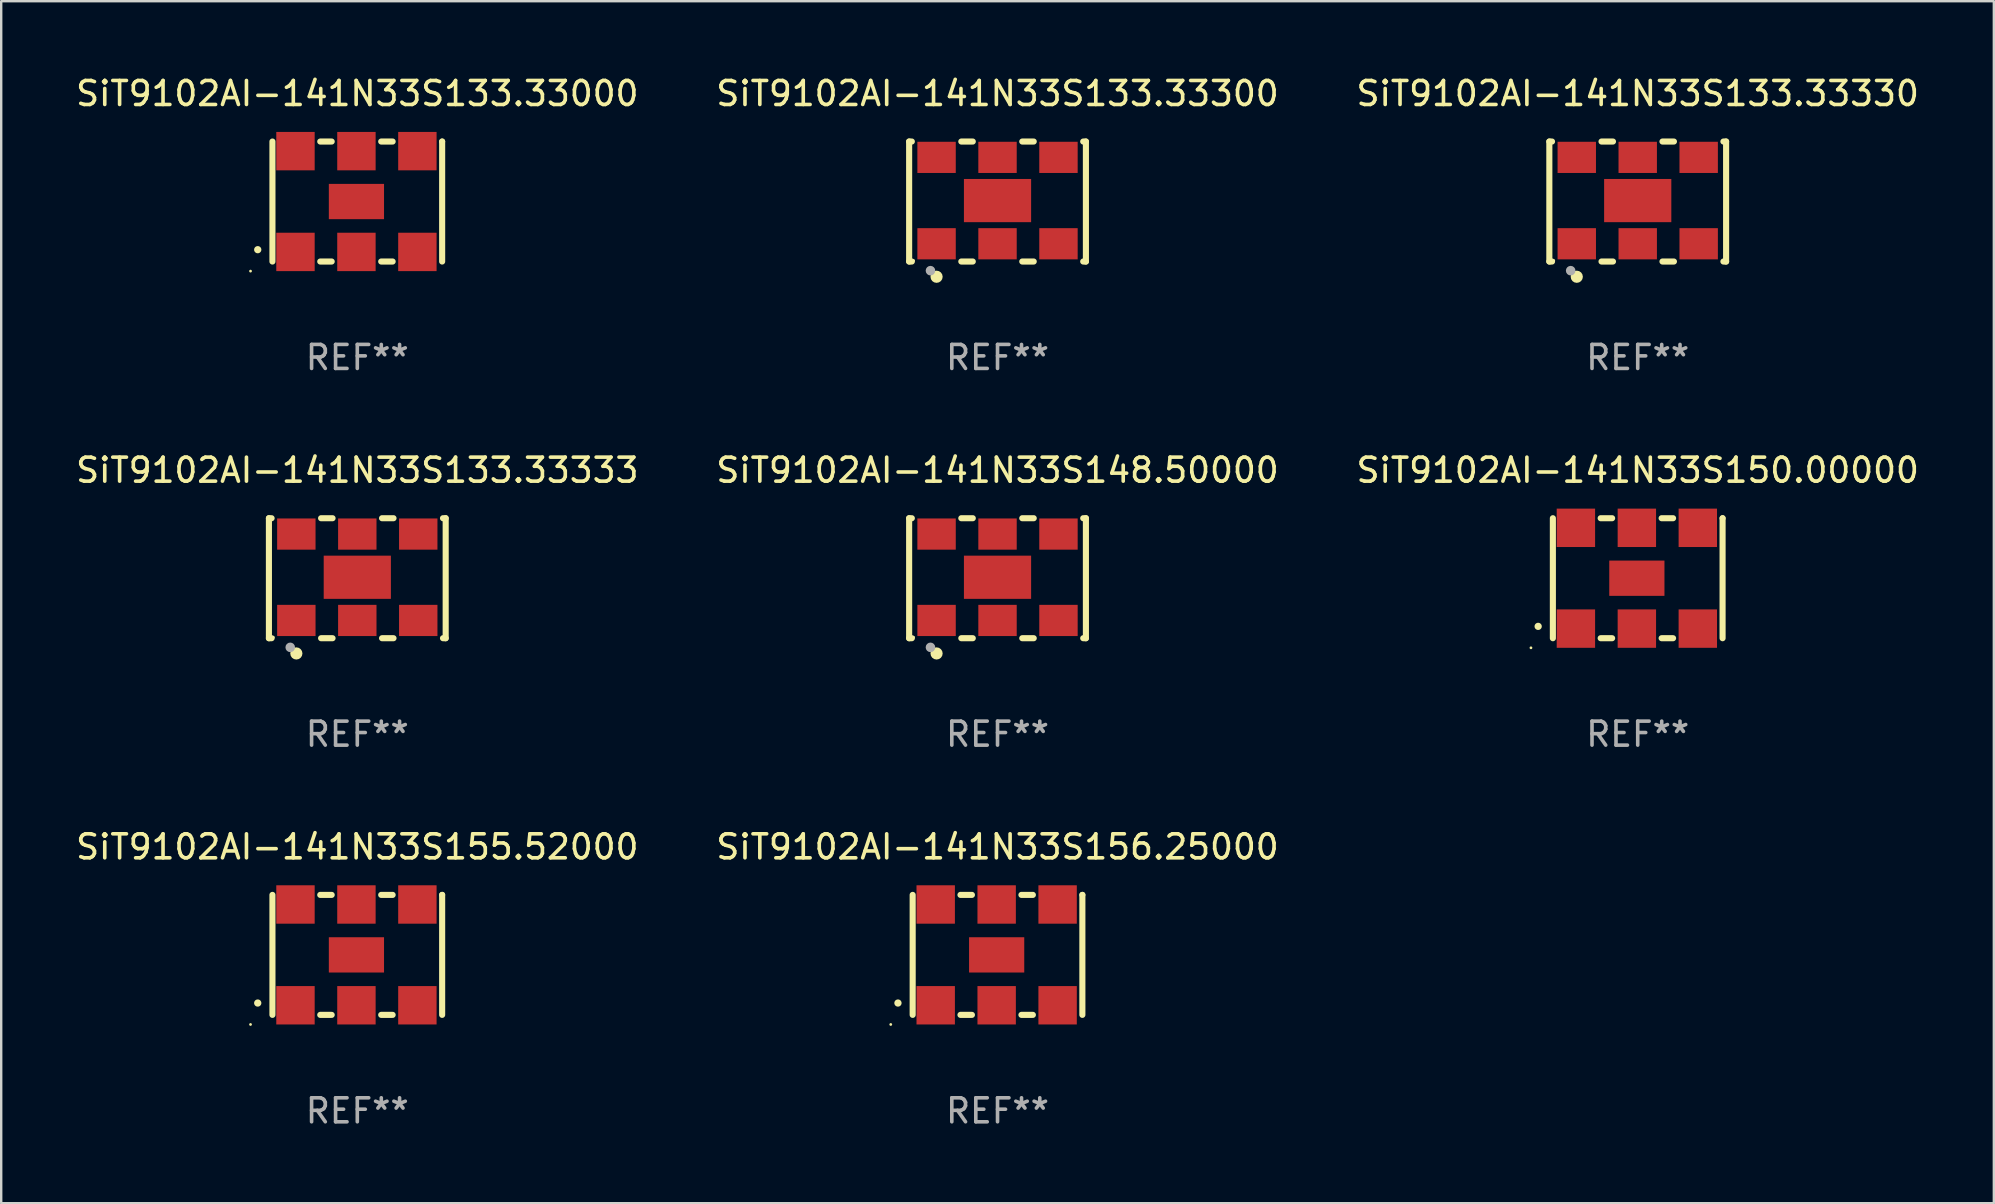
<source format=kicad_pcb>
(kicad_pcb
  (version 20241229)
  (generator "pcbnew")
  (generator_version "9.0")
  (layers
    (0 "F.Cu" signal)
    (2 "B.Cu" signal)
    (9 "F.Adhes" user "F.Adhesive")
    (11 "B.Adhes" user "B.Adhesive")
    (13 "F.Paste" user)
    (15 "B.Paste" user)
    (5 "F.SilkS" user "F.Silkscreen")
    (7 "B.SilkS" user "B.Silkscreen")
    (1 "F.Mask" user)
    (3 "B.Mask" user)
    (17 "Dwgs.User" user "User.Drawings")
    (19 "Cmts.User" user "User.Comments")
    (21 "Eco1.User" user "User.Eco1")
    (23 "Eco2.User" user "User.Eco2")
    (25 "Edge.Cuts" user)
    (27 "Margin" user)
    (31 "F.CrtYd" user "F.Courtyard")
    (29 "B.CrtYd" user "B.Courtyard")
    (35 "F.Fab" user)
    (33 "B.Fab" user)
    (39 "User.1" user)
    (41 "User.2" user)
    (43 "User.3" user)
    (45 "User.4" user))
  (footprint "SiT9102AI-141N33S133.33330"
    (layer "F.Cu")
    (at 65.196 5.348)
    (property "Reference" "SiT9102AI-141N33S133.33330" (at 0 -4.5 0) (layer "F.SilkS") (effects (font (size 1 1) (thickness 0.15))))
    (attr through_hole)
    (fp_line (start -3.683 -2.5) (end -3.571 -2.5) (stroke (width 0.254) (type solid)) (layer "F.SilkS"))
    (fp_line (start -3.683 2.5) (end -3.683 -2.5) (stroke (width 0.254) (type solid)) (layer "F.SilkS"))
    (fp_line (start -3.683 2.5) (end -3.571 2.5) (stroke (width 0.254) (type solid)) (layer "F.SilkS"))
    (fp_line (start -1.509 -2.5) (end -1.031 -2.5) (stroke (width 0.254) (type solid)) (layer "F.SilkS"))
    (fp_line (start -1.509 2.5) (end -1.031 2.5) (stroke (width 0.254) (type solid)) (layer "F.SilkS"))
    (fp_line (start 1.031 -2.5) (end 1.509 -2.5) (stroke (width 0.254) (type solid)) (layer "F.SilkS"))
    (fp_line (start 1.031 2.5) (end 1.509 2.5) (stroke (width 0.254) (type solid)) (layer "F.SilkS"))
    (fp_line (start 3.571 -2.5) (end 3.683 -2.5) (stroke (width 0.254) (type solid)) (layer "F.SilkS"))
    (fp_line (start 3.571 2.5) (end 3.683 2.5) (stroke (width 0.254) (type solid)) (layer "F.SilkS"))
    (fp_line (start 3.683 2.5) (end 3.683 -2.5) (stroke (width 0.254) (type solid)) (layer "F.SilkS"))
    (fp_circle (center -3.5 2.46) (end -3.47 2.46) (stroke (width 0.06) (type solid)) (fill no) (layer "F.SilkS"))
    (fp_circle (center -2.54 3.135) (end -2.413 3.135) (stroke (width 0.254) (type solid)) (fill no) (layer "F.SilkS"))
    (fp_circle (center -2.794 2.881) (end -2.694 2.881) (stroke (width 0.2) (type solid)) (fill no) (layer "F.Fab"))
    (fp_text user "REF**" (at 0 6.5 0) (layer "F.Fab") (effects (font (size 1 1) (thickness 0.15))))
    (pad "1" smd rect (at -2.54 1.76) (size 1.6 1.3) (layers "F.Cu" "F.Mask" "F.Paste"))
    (pad "2" smd rect (at 0 1.76) (size 1.6 1.3) (layers "F.Cu" "F.Mask" "F.Paste"))
    (pad "3" smd rect (at 2.54 1.76) (size 1.6 1.3) (layers "F.Cu" "F.Mask" "F.Paste"))
    (pad "4" smd rect (at 2.54 -1.84) (size 1.6 1.3) (layers "F.Cu" "F.Mask" "F.Paste"))
    (pad "5" smd rect (at 0 -1.84) (size 1.6 1.3) (layers "F.Cu" "F.Mask" "F.Paste"))
    (pad "6" smd rect (at -2.54 -1.84) (size 1.6 1.3) (layers "F.Cu" "F.Mask" "F.Paste"))
    (pad "7" smd rect (at 0 -0.04) (size 2.8 1.8) (layers "F.Cu" "F.Mask" "F.Paste")))
  (footprint "SiT9102AI-141N33S155.52000"
    (layer "F.Cu")
    (at 11.839 36.741)
    (property "Reference" "SiT9102AI-141N33S155.52000" (at 0 -4.5 0) (layer "F.SilkS") (effects (font (size 1 1) (thickness 0.15))))
    (attr through_hole)
    (fp_line (start -3.536 -2.5) (end -3.536 2.5) (stroke (width 0.254) (type solid)) (layer "F.SilkS"))
    (fp_line (start -1.544 2.5) (end -1.067 2.5) (stroke (width 0.254) (type solid)) (layer "F.SilkS"))
    (fp_line (start -1.067 -2.5) (end -1.544 -2.5) (stroke (width 0.254) (type solid)) (layer "F.SilkS"))
    (fp_line (start 0.996 2.5) (end 1.473 2.5) (stroke (width 0.254) (type solid)) (layer "F.SilkS"))
    (fp_line (start 1.473 -2.5) (end 0.996 -2.5) (stroke (width 0.254) (type solid)) (layer "F.SilkS"))
    (fp_line (start 3.536 -2.5) (end 3.536 -2.5) (stroke (width 0.254) (type solid)) (layer "F.SilkS"))
    (fp_line (start 3.536 2.5) (end 3.536 -2.5) (stroke (width 0.254) (type solid)) (layer "F.SilkS"))
    (fp_arc (start -4.150432 2.006604) (mid -4.149162 2.006599) (end -4.147892 2.006604) (stroke (width 0.3) (type solid)) (layer "F.SilkS"))
    (fp_circle (center -4.449 2.9) (end -4.419 2.9) (stroke (width 0.06) (type solid)) (fill no) (layer "F.SilkS"))
    (fp_text user "REF**" (at 0 6.5 0) (layer "F.Fab") (effects (font (size 1 1) (thickness 0.15))))
    (pad "1" smd rect (at -2.576 2.1) (size 1.6 1.6) (layers "F.Cu" "F.Mask" "F.Paste"))
    (pad "2" smd rect (at -0.036 2.1) (size 1.6 1.6) (layers "F.Cu" "F.Mask" "F.Paste"))
    (pad "3" smd rect (at 2.504 2.1) (size 1.6 1.6) (layers "F.Cu" "F.Mask" "F.Paste"))
    (pad "4" smd rect (at 2.504 -2.1) (size 1.6 1.6) (layers "F.Cu" "F.Mask" "F.Paste"))
    (pad "5" smd rect (at -0.036 -2.1) (size 1.6 1.6) (layers "F.Cu" "F.Mask" "F.Paste"))
    (pad "6" smd rect (at -2.576 -2.1) (size 1.6 1.6) (layers "F.Cu" "F.Mask" "F.Paste"))
    (pad "7" smd rect (at -0.036 0) (size 2.3 1.47) (layers "F.Cu" "F.Mask" "F.Paste")))
  (footprint "SiT9102AI-141N33S148.50000"
    (layer "F.Cu")
    (at 38.518 21.045)
    (property "Reference" "SiT9102AI-141N33S148.50000" (at 0 -4.5 0) (layer "F.SilkS") (effects (font (size 1 1) (thickness 0.15))))
    (attr through_hole)
    (fp_line (start -3.683 -2.5) (end -3.571 -2.5) (stroke (width 0.254) (type solid)) (layer "F.SilkS"))
    (fp_line (start -3.683 2.5) (end -3.683 -2.5) (stroke (width 0.254) (type solid)) (layer "F.SilkS"))
    (fp_line (start -3.683 2.5) (end -3.571 2.5) (stroke (width 0.254) (type solid)) (layer "F.SilkS"))
    (fp_line (start -1.509 -2.5) (end -1.031 -2.5) (stroke (width 0.254) (type solid)) (layer "F.SilkS"))
    (fp_line (start -1.509 2.5) (end -1.031 2.5) (stroke (width 0.254) (type solid)) (layer "F.SilkS"))
    (fp_line (start 1.031 -2.5) (end 1.509 -2.5) (stroke (width 0.254) (type solid)) (layer "F.SilkS"))
    (fp_line (start 1.031 2.5) (end 1.509 2.5) (stroke (width 0.254) (type solid)) (layer "F.SilkS"))
    (fp_line (start 3.571 -2.5) (end 3.683 -2.5) (stroke (width 0.254) (type solid)) (layer "F.SilkS"))
    (fp_line (start 3.571 2.5) (end 3.683 2.5) (stroke (width 0.254) (type solid)) (layer "F.SilkS"))
    (fp_line (start 3.683 2.5) (end 3.683 -2.5) (stroke (width 0.254) (type solid)) (layer "F.SilkS"))
    (fp_circle (center -3.5 2.46) (end -3.47 2.46) (stroke (width 0.06) (type solid)) (fill no) (layer "F.SilkS"))
    (fp_circle (center -2.54 3.135) (end -2.413 3.135) (stroke (width 0.254) (type solid)) (fill no) (layer "F.SilkS"))
    (fp_circle (center -2.794 2.881) (end -2.694 2.881) (stroke (width 0.2) (type solid)) (fill no) (layer "F.Fab"))
    (fp_text user "REF**" (at 0 6.5 0) (layer "F.Fab") (effects (font (size 1 1) (thickness 0.15))))
    (pad "1" smd rect (at -2.54 1.76) (size 1.6 1.3) (layers "F.Cu" "F.Mask" "F.Paste"))
    (pad "2" smd rect (at 0 1.76) (size 1.6 1.3) (layers "F.Cu" "F.Mask" "F.Paste"))
    (pad "3" smd rect (at 2.54 1.76) (size 1.6 1.3) (layers "F.Cu" "F.Mask" "F.Paste"))
    (pad "4" smd rect (at 2.54 -1.84) (size 1.6 1.3) (layers "F.Cu" "F.Mask" "F.Paste"))
    (pad "5" smd rect (at 0 -1.84) (size 1.6 1.3) (layers "F.Cu" "F.Mask" "F.Paste"))
    (pad "6" smd rect (at -2.54 -1.84) (size 1.6 1.3) (layers "F.Cu" "F.Mask" "F.Paste"))
    (pad "7" smd rect (at 0 -0.04) (size 2.8 1.8) (layers "F.Cu" "F.Mask" "F.Paste")))
  (footprint "SiT9102AI-141N33S133.33300"
    (layer "F.Cu")
    (at 38.518 5.348)
    (property "Reference" "SiT9102AI-141N33S133.33300" (at 0 -4.5 0) (layer "F.SilkS") (effects (font (size 1 1) (thickness 0.15))))
    (attr through_hole)
    (fp_line (start -3.683 -2.5) (end -3.571 -2.5) (stroke (width 0.254) (type solid)) (layer "F.SilkS"))
    (fp_line (start -3.683 2.5) (end -3.683 -2.5) (stroke (width 0.254) (type solid)) (layer "F.SilkS"))
    (fp_line (start -3.683 2.5) (end -3.571 2.5) (stroke (width 0.254) (type solid)) (layer "F.SilkS"))
    (fp_line (start -1.509 -2.5) (end -1.031 -2.5) (stroke (width 0.254) (type solid)) (layer "F.SilkS"))
    (fp_line (start -1.509 2.5) (end -1.031 2.5) (stroke (width 0.254) (type solid)) (layer "F.SilkS"))
    (fp_line (start 1.031 -2.5) (end 1.509 -2.5) (stroke (width 0.254) (type solid)) (layer "F.SilkS"))
    (fp_line (start 1.031 2.5) (end 1.509 2.5) (stroke (width 0.254) (type solid)) (layer "F.SilkS"))
    (fp_line (start 3.571 -2.5) (end 3.683 -2.5) (stroke (width 0.254) (type solid)) (layer "F.SilkS"))
    (fp_line (start 3.571 2.5) (end 3.683 2.5) (stroke (width 0.254) (type solid)) (layer "F.SilkS"))
    (fp_line (start 3.683 2.5) (end 3.683 -2.5) (stroke (width 0.254) (type solid)) (layer "F.SilkS"))
    (fp_circle (center -3.5 2.46) (end -3.47 2.46) (stroke (width 0.06) (type solid)) (fill no) (layer "F.SilkS"))
    (fp_circle (center -2.54 3.135) (end -2.413 3.135) (stroke (width 0.254) (type solid)) (fill no) (layer "F.SilkS"))
    (fp_circle (center -2.794 2.881) (end -2.694 2.881) (stroke (width 0.2) (type solid)) (fill no) (layer "F.Fab"))
    (fp_text user "REF**" (at 0 6.5 0) (layer "F.Fab") (effects (font (size 1 1) (thickness 0.15))))
    (pad "1" smd rect (at -2.54 1.76) (size 1.6 1.3) (layers "F.Cu" "F.Mask" "F.Paste"))
    (pad "2" smd rect (at 0 1.76) (size 1.6 1.3) (layers "F.Cu" "F.Mask" "F.Paste"))
    (pad "3" smd rect (at 2.54 1.76) (size 1.6 1.3) (layers "F.Cu" "F.Mask" "F.Paste"))
    (pad "4" smd rect (at 2.54 -1.84) (size 1.6 1.3) (layers "F.Cu" "F.Mask" "F.Paste"))
    (pad "5" smd rect (at 0 -1.84) (size 1.6 1.3) (layers "F.Cu" "F.Mask" "F.Paste"))
    (pad "6" smd rect (at -2.54 -1.84) (size 1.6 1.3) (layers "F.Cu" "F.Mask" "F.Paste"))
    (pad "7" smd rect (at 0 -0.04) (size 2.8 1.8) (layers "F.Cu" "F.Mask" "F.Paste")))
  (footprint "SiT9102AI-141N33S156.25000"
    (layer "F.Cu")
    (at 38.518 36.741)
    (property "Reference" "SiT9102AI-141N33S156.25000" (at 0 -4.5 0) (layer "F.SilkS") (effects (font (size 1 1) (thickness 0.15))))
    (attr through_hole)
    (fp_line (start -3.536 -2.5) (end -3.536 2.5) (stroke (width 0.254) (type solid)) (layer "F.SilkS"))
    (fp_line (start -1.544 2.5) (end -1.067 2.5) (stroke (width 0.254) (type solid)) (layer "F.SilkS"))
    (fp_line (start -1.067 -2.5) (end -1.544 -2.5) (stroke (width 0.254) (type solid)) (layer "F.SilkS"))
    (fp_line (start 0.996 2.5) (end 1.473 2.5) (stroke (width 0.254) (type solid)) (layer "F.SilkS"))
    (fp_line (start 1.473 -2.5) (end 0.996 -2.5) (stroke (width 0.254) (type solid)) (layer "F.SilkS"))
    (fp_line (start 3.536 -2.5) (end 3.536 -2.5) (stroke (width 0.254) (type solid)) (layer "F.SilkS"))
    (fp_line (start 3.536 2.5) (end 3.536 -2.5) (stroke (width 0.254) (type solid)) (layer "F.SilkS"))
    (fp_arc (start -4.150432 2.006604) (mid -4.149162 2.006599) (end -4.147892 2.006604) (stroke (width 0.3) (type solid)) (layer "F.SilkS"))
    (fp_circle (center -4.449 2.9) (end -4.419 2.9) (stroke (width 0.06) (type solid)) (fill no) (layer "F.SilkS"))
    (fp_text user "REF**" (at 0 6.5 0) (layer "F.Fab") (effects (font (size 1 1) (thickness 0.15))))
    (pad "1" smd rect (at -2.576 2.1) (size 1.6 1.6) (layers "F.Cu" "F.Mask" "F.Paste"))
    (pad "2" smd rect (at -0.036 2.1) (size 1.6 1.6) (layers "F.Cu" "F.Mask" "F.Paste"))
    (pad "3" smd rect (at 2.504 2.1) (size 1.6 1.6) (layers "F.Cu" "F.Mask" "F.Paste"))
    (pad "4" smd rect (at 2.504 -2.1) (size 1.6 1.6) (layers "F.Cu" "F.Mask" "F.Paste"))
    (pad "5" smd rect (at -0.036 -2.1) (size 1.6 1.6) (layers "F.Cu" "F.Mask" "F.Paste"))
    (pad "6" smd rect (at -2.576 -2.1) (size 1.6 1.6) (layers "F.Cu" "F.Mask" "F.Paste"))
    (pad "7" smd rect (at -0.036 0) (size 2.3 1.47) (layers "F.Cu" "F.Mask" "F.Paste")))
  (footprint "SiT9102AI-141N33S133.33000"
    (layer "F.Cu")
    (at 11.839 5.348)
    (property "Reference" "SiT9102AI-141N33S133.33000" (at 0 -4.5 0) (layer "F.SilkS") (effects (font (size 1 1) (thickness 0.15))))
    (attr through_hole)
    (fp_line (start -3.536 -2.5) (end -3.536 2.5) (stroke (width 0.254) (type solid)) (layer "F.SilkS"))
    (fp_line (start -1.544 2.5) (end -1.067 2.5) (stroke (width 0.254) (type solid)) (layer "F.SilkS"))
    (fp_line (start -1.067 -2.5) (end -1.544 -2.5) (stroke (width 0.254) (type solid)) (layer "F.SilkS"))
    (fp_line (start 0.996 2.5) (end 1.473 2.5) (stroke (width 0.254) (type solid)) (layer "F.SilkS"))
    (fp_line (start 1.473 -2.5) (end 0.996 -2.5) (stroke (width 0.254) (type solid)) (layer "F.SilkS"))
    (fp_line (start 3.536 -2.5) (end 3.536 -2.5) (stroke (width 0.254) (type solid)) (layer "F.SilkS"))
    (fp_line (start 3.536 2.5) (end 3.536 -2.5) (stroke (width 0.254) (type solid)) (layer "F.SilkS"))
    (fp_arc (start -4.150432 2.006604) (mid -4.149162 2.006599) (end -4.147892 2.006604) (stroke (width 0.3) (type solid)) (layer "F.SilkS"))
    (fp_circle (center -4.449 2.9) (end -4.419 2.9) (stroke (width 0.06) (type solid)) (fill no) (layer "F.SilkS"))
    (fp_text user "REF**" (at 0 6.5 0) (layer "F.Fab") (effects (font (size 1 1) (thickness 0.15))))
    (pad "1" smd rect (at -2.576 2.1) (size 1.6 1.6) (layers "F.Cu" "F.Mask" "F.Paste"))
    (pad "2" smd rect (at -0.036 2.1) (size 1.6 1.6) (layers "F.Cu" "F.Mask" "F.Paste"))
    (pad "3" smd rect (at 2.504 2.1) (size 1.6 1.6) (layers "F.Cu" "F.Mask" "F.Paste"))
    (pad "4" smd rect (at 2.504 -2.1) (size 1.6 1.6) (layers "F.Cu" "F.Mask" "F.Paste"))
    (pad "5" smd rect (at -0.036 -2.1) (size 1.6 1.6) (layers "F.Cu" "F.Mask" "F.Paste"))
    (pad "6" smd rect (at -2.576 -2.1) (size 1.6 1.6) (layers "F.Cu" "F.Mask" "F.Paste"))
    (pad "7" smd rect (at -0.036 0) (size 2.3 1.47) (layers "F.Cu" "F.Mask" "F.Paste")))
  (footprint "SiT9102AI-141N33S150.00000"
    (layer "F.Cu")
    (at 65.196 21.045)
    (property "Reference" "SiT9102AI-141N33S150.00000" (at 0 -4.5 0) (layer "F.SilkS") (effects (font (size 1 1) (thickness 0.15))))
    (attr through_hole)
    (fp_line (start -3.536 -2.5) (end -3.536 2.5) (stroke (width 0.254) (type solid)) (layer "F.SilkS"))
    (fp_line (start -1.544 2.5) (end -1.067 2.5) (stroke (width 0.254) (type solid)) (layer "F.SilkS"))
    (fp_line (start -1.067 -2.5) (end -1.544 -2.5) (stroke (width 0.254) (type solid)) (layer "F.SilkS"))
    (fp_line (start 0.996 2.5) (end 1.473 2.5) (stroke (width 0.254) (type solid)) (layer "F.SilkS"))
    (fp_line (start 1.473 -2.5) (end 0.996 -2.5) (stroke (width 0.254) (type solid)) (layer "F.SilkS"))
    (fp_line (start 3.536 -2.5) (end 3.536 -2.5) (stroke (width 0.254) (type solid)) (layer "F.SilkS"))
    (fp_line (start 3.536 2.5) (end 3.536 -2.5) (stroke (width 0.254) (type solid)) (layer "F.SilkS"))
    (fp_arc (start -4.150432 2.006604) (mid -4.149162 2.006599) (end -4.147892 2.006604) (stroke (width 0.3) (type solid)) (layer "F.SilkS"))
    (fp_circle (center -4.449 2.9) (end -4.419 2.9) (stroke (width 0.06) (type solid)) (fill no) (layer "F.SilkS"))
    (fp_text user "REF**" (at 0 6.5 0) (layer "F.Fab") (effects (font (size 1 1) (thickness 0.15))))
    (pad "1" smd rect (at -2.576 2.1) (size 1.6 1.6) (layers "F.Cu" "F.Mask" "F.Paste"))
    (pad "2" smd rect (at -0.036 2.1) (size 1.6 1.6) (layers "F.Cu" "F.Mask" "F.Paste"))
    (pad "3" smd rect (at 2.504 2.1) (size 1.6 1.6) (layers "F.Cu" "F.Mask" "F.Paste"))
    (pad "4" smd rect (at 2.504 -2.1) (size 1.6 1.6) (layers "F.Cu" "F.Mask" "F.Paste"))
    (pad "5" smd rect (at -0.036 -2.1) (size 1.6 1.6) (layers "F.Cu" "F.Mask" "F.Paste"))
    (pad "6" smd rect (at -2.576 -2.1) (size 1.6 1.6) (layers "F.Cu" "F.Mask" "F.Paste"))
    (pad "7" smd rect (at -0.036 0) (size 2.3 1.47) (layers "F.Cu" "F.Mask" "F.Paste")))
  (footprint "SiT9102AI-141N33S133.33333"
    (layer "F.Cu")
    (at 11.839 21.045)
    (property "Reference" "SiT9102AI-141N33S133.33333" (at 0 -4.5 0) (layer "F.SilkS") (effects (font (size 1 1) (thickness 0.15))))
    (attr through_hole)
    (fp_line (start -3.683 -2.5) (end -3.571 -2.5) (stroke (width 0.254) (type solid)) (layer "F.SilkS"))
    (fp_line (start -3.683 2.5) (end -3.683 -2.5) (stroke (width 0.254) (type solid)) (layer "F.SilkS"))
    (fp_line (start -3.683 2.5) (end -3.571 2.5) (stroke (width 0.254) (type solid)) (layer "F.SilkS"))
    (fp_line (start -1.509 -2.5) (end -1.031 -2.5) (stroke (width 0.254) (type solid)) (layer "F.SilkS"))
    (fp_line (start -1.509 2.5) (end -1.031 2.5) (stroke (width 0.254) (type solid)) (layer "F.SilkS"))
    (fp_line (start 1.031 -2.5) (end 1.509 -2.5) (stroke (width 0.254) (type solid)) (layer "F.SilkS"))
    (fp_line (start 1.031 2.5) (end 1.509 2.5) (stroke (width 0.254) (type solid)) (layer "F.SilkS"))
    (fp_line (start 3.571 -2.5) (end 3.683 -2.5) (stroke (width 0.254) (type solid)) (layer "F.SilkS"))
    (fp_line (start 3.571 2.5) (end 3.683 2.5) (stroke (width 0.254) (type solid)) (layer "F.SilkS"))
    (fp_line (start 3.683 2.5) (end 3.683 -2.5) (stroke (width 0.254) (type solid)) (layer "F.SilkS"))
    (fp_circle (center -3.5 2.46) (end -3.47 2.46) (stroke (width 0.06) (type solid)) (fill no) (layer "F.SilkS"))
    (fp_circle (center -2.54 3.135) (end -2.413 3.135) (stroke (width 0.254) (type solid)) (fill no) (layer "F.SilkS"))
    (fp_circle (center -2.794 2.881) (end -2.694 2.881) (stroke (width 0.2) (type solid)) (fill no) (layer "F.Fab"))
    (fp_text user "REF**" (at 0 6.5 0) (layer "F.Fab") (effects (font (size 1 1) (thickness 0.15))))
    (pad "1" smd rect (at -2.54 1.76) (size 1.6 1.3) (layers "F.Cu" "F.Mask" "F.Paste"))
    (pad "2" smd rect (at 0 1.76) (size 1.6 1.3) (layers "F.Cu" "F.Mask" "F.Paste"))
    (pad "3" smd rect (at 2.54 1.76) (size 1.6 1.3) (layers "F.Cu" "F.Mask" "F.Paste"))
    (pad "4" smd rect (at 2.54 -1.84) (size 1.6 1.3) (layers "F.Cu" "F.Mask" "F.Paste"))
    (pad "5" smd rect (at 0 -1.84) (size 1.6 1.3) (layers "F.Cu" "F.Mask" "F.Paste"))
    (pad "6" smd rect (at -2.54 -1.84) (size 1.6 1.3) (layers "F.Cu" "F.Mask" "F.Paste"))
    (pad "7" smd rect (at 0 -0.04) (size 2.8 1.8) (layers "F.Cu" "F.Mask" "F.Paste")))
  (gr_rect
    (start -3 -3)
    (end 80.036 47.09)
    (stroke (width 0.1) (type default))
    (fill no)
    (layer "Edge.Cuts")))
</source>
